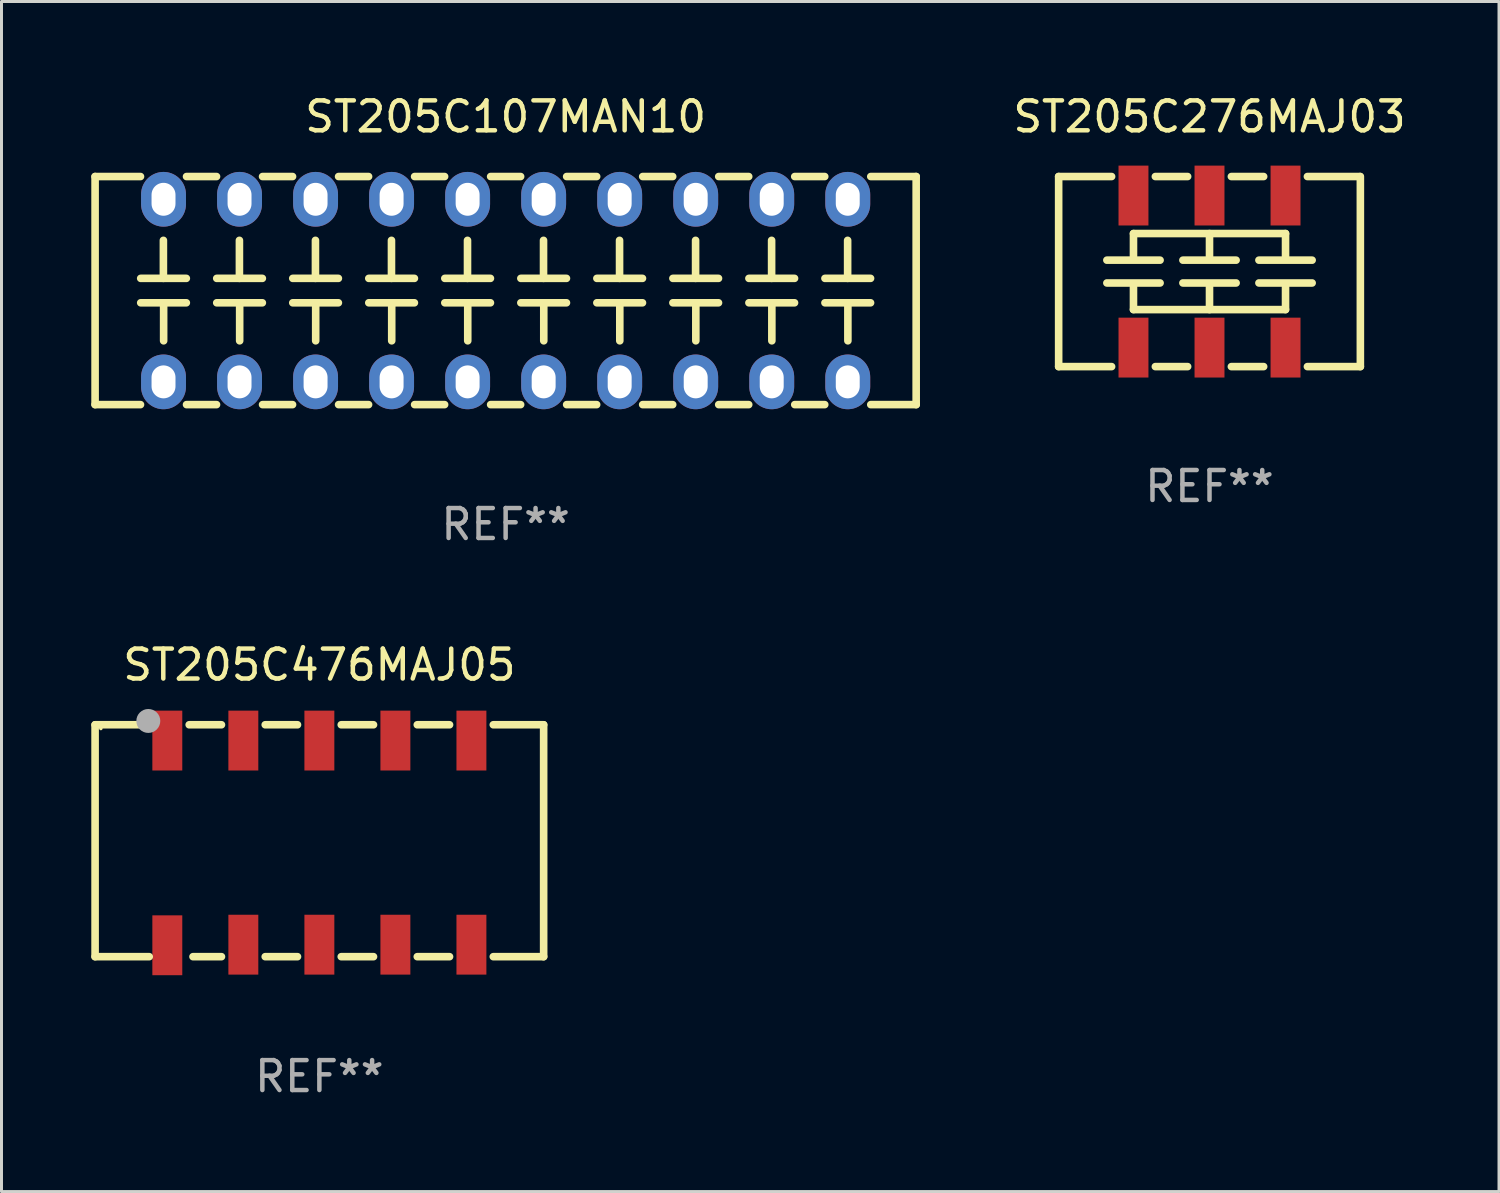
<source format=kicad_pcb>
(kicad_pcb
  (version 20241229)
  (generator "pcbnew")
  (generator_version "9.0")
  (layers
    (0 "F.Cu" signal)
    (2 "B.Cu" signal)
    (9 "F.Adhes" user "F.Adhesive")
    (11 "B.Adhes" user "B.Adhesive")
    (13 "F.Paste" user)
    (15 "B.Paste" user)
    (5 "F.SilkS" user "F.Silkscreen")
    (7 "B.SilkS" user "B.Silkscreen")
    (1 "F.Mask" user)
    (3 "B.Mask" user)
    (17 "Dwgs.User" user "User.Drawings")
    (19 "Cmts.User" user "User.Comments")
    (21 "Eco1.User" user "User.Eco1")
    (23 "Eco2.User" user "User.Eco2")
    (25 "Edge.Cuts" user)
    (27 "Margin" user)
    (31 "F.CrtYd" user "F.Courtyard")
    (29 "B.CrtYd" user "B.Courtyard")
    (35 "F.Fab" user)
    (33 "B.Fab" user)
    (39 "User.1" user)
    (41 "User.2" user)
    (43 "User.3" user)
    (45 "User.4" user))
  (footprint "ST205C107MAN10"
    (layer "F.Cu")
    (at 13.843 6.658)
    (property "Reference" "ST205C107MAN10" (at 0 -5.81 0) (layer "F.SilkS") (effects (font (size 1 1) (thickness 0.15))))
    (attr through_hole)
    (fp_line (start -13.716 -3.81) (end -13.716 3.81) (stroke (width 0.254) (type solid)) (layer "F.SilkS"))
    (fp_line (start -13.716 3.81) (end -12.199 3.81) (stroke (width 0.254) (type solid)) (layer "F.SilkS"))
    (fp_line (start -12.199 -3.81) (end -13.716 -3.81) (stroke (width 0.254) (type solid)) (layer "F.SilkS"))
    (fp_line (start -12.192 -0.408) (end -10.668 -0.408) (stroke (width 0.254) (type solid)) (layer "F.SilkS"))
    (fp_line (start -12.192 0.408) (end -10.668 0.408) (stroke (width 0.254) (type solid)) (layer "F.SilkS"))
    (fp_line (start -11.434 -0.408) (end -11.434 -1.678) (stroke (width 0.254) (type solid)) (layer "F.SilkS"))
    (fp_line (start -11.426 0.408) (end -11.426 1.678) (stroke (width 0.254) (type solid)) (layer "F.SilkS"))
    (fp_line (start -10.661 3.81) (end -9.659 3.81) (stroke (width 0.254) (type solid)) (layer "F.SilkS"))
    (fp_line (start -9.659 -3.81) (end -10.661 -3.81) (stroke (width 0.254) (type solid)) (layer "F.SilkS"))
    (fp_line (start -9.652 -0.408) (end -8.128 -0.408) (stroke (width 0.254) (type solid)) (layer "F.SilkS"))
    (fp_line (start -9.652 0.408) (end -8.128 0.408) (stroke (width 0.254) (type solid)) (layer "F.SilkS"))
    (fp_line (start -8.894 -0.408) (end -8.894 -1.678) (stroke (width 0.254) (type solid)) (layer "F.SilkS"))
    (fp_line (start -8.886 0.408) (end -8.886 1.678) (stroke (width 0.254) (type solid)) (layer "F.SilkS"))
    (fp_line (start -8.121 3.81) (end -7.119 3.81) (stroke (width 0.254) (type solid)) (layer "F.SilkS"))
    (fp_line (start -7.119 -3.81) (end -8.121 -3.81) (stroke (width 0.254) (type solid)) (layer "F.SilkS"))
    (fp_line (start -7.112 -0.408) (end -5.588 -0.408) (stroke (width 0.254) (type solid)) (layer "F.SilkS"))
    (fp_line (start -7.112 0.408) (end -5.588 0.408) (stroke (width 0.254) (type solid)) (layer "F.SilkS"))
    (fp_line (start -6.354 -0.408) (end -6.354 -1.678) (stroke (width 0.254) (type solid)) (layer "F.SilkS"))
    (fp_line (start -6.346 0.408) (end -6.346 1.678) (stroke (width 0.254) (type solid)) (layer "F.SilkS"))
    (fp_line (start -5.581 3.81) (end -4.579 3.81) (stroke (width 0.254) (type solid)) (layer "F.SilkS"))
    (fp_line (start -4.579 -3.81) (end -5.581 -3.81) (stroke (width 0.254) (type solid)) (layer "F.SilkS"))
    (fp_line (start -4.572 -0.408) (end -3.048 -0.408) (stroke (width 0.254) (type solid)) (layer "F.SilkS"))
    (fp_line (start -4.572 0.408) (end -3.048 0.408) (stroke (width 0.254) (type solid)) (layer "F.SilkS"))
    (fp_line (start -3.814 -0.408) (end -3.814 -1.678) (stroke (width 0.254) (type solid)) (layer "F.SilkS"))
    (fp_line (start -3.806 0.408) (end -3.806 1.678) (stroke (width 0.254) (type solid)) (layer "F.SilkS"))
    (fp_line (start -3.041 3.81) (end -2.039 3.81) (stroke (width 0.254) (type solid)) (layer "F.SilkS"))
    (fp_line (start -2.039 -3.81) (end -3.041 -3.81) (stroke (width 0.254) (type solid)) (layer "F.SilkS"))
    (fp_line (start -2.032 -0.408) (end -0.508 -0.408) (stroke (width 0.254) (type solid)) (layer "F.SilkS"))
    (fp_line (start -2.032 0.408) (end -0.508 0.408) (stroke (width 0.254) (type solid)) (layer "F.SilkS"))
    (fp_line (start -1.274 -0.408) (end -1.274 -1.678) (stroke (width 0.254) (type solid)) (layer "F.SilkS"))
    (fp_line (start -1.266 0.408) (end -1.266 1.678) (stroke (width 0.254) (type solid)) (layer "F.SilkS"))
    (fp_line (start -0.501 3.81) (end 0.501 3.81) (stroke (width 0.254) (type solid)) (layer "F.SilkS"))
    (fp_line (start 0.501 -3.81) (end -0.501 -3.81) (stroke (width 0.254) (type solid)) (layer "F.SilkS"))
    (fp_line (start 0.508 -0.408) (end 2.032 -0.408) (stroke (width 0.254) (type solid)) (layer "F.SilkS"))
    (fp_line (start 0.508 0.408) (end 2.032 0.408) (stroke (width 0.254) (type solid)) (layer "F.SilkS"))
    (fp_line (start 1.266 -0.408) (end 1.266 -1.678) (stroke (width 0.254) (type solid)) (layer "F.SilkS"))
    (fp_line (start 1.274 0.408) (end 1.274 1.678) (stroke (width 0.254) (type solid)) (layer "F.SilkS"))
    (fp_line (start 2.039 3.81) (end 3.041 3.81) (stroke (width 0.254) (type solid)) (layer "F.SilkS"))
    (fp_line (start 3.041 -3.81) (end 2.039 -3.81) (stroke (width 0.254) (type solid)) (layer "F.SilkS"))
    (fp_line (start 3.048 -0.408) (end 4.572 -0.408) (stroke (width 0.254) (type solid)) (layer "F.SilkS"))
    (fp_line (start 3.048 0.408) (end 4.572 0.408) (stroke (width 0.254) (type solid)) (layer "F.SilkS"))
    (fp_line (start 3.806 -0.408) (end 3.806 -1.678) (stroke (width 0.254) (type solid)) (layer "F.SilkS"))
    (fp_line (start 3.814 0.408) (end 3.814 1.678) (stroke (width 0.254) (type solid)) (layer "F.SilkS"))
    (fp_line (start 4.579 3.81) (end 5.581 3.81) (stroke (width 0.254) (type solid)) (layer "F.SilkS"))
    (fp_line (start 5.581 -3.81) (end 4.579 -3.81) (stroke (width 0.254) (type solid)) (layer "F.SilkS"))
    (fp_line (start 5.588 -0.408) (end 7.112 -0.408) (stroke (width 0.254) (type solid)) (layer "F.SilkS"))
    (fp_line (start 5.588 0.408) (end 7.112 0.408) (stroke (width 0.254) (type solid)) (layer "F.SilkS"))
    (fp_line (start 6.346 -0.408) (end 6.346 -1.678) (stroke (width 0.254) (type solid)) (layer "F.SilkS"))
    (fp_line (start 6.354 0.408) (end 6.354 1.678) (stroke (width 0.254) (type solid)) (layer "F.SilkS"))
    (fp_line (start 7.119 3.81) (end 8.121 3.81) (stroke (width 0.254) (type solid)) (layer "F.SilkS"))
    (fp_line (start 8.121 -3.81) (end 7.119 -3.81) (stroke (width 0.254) (type solid)) (layer "F.SilkS"))
    (fp_line (start 8.128 -0.408) (end 9.652 -0.408) (stroke (width 0.254) (type solid)) (layer "F.SilkS"))
    (fp_line (start 8.128 0.408) (end 9.652 0.408) (stroke (width 0.254) (type solid)) (layer "F.SilkS"))
    (fp_line (start 8.886 -0.408) (end 8.886 -1.678) (stroke (width 0.254) (type solid)) (layer "F.SilkS"))
    (fp_line (start 8.894 0.408) (end 8.894 1.678) (stroke (width 0.254) (type solid)) (layer "F.SilkS"))
    (fp_line (start 9.659 3.81) (end 10.661 3.81) (stroke (width 0.254) (type solid)) (layer "F.SilkS"))
    (fp_line (start 10.661 -3.81) (end 9.659 -3.81) (stroke (width 0.254) (type solid)) (layer "F.SilkS"))
    (fp_line (start 10.668 -0.408) (end 12.192 -0.408) (stroke (width 0.254) (type solid)) (layer "F.SilkS"))
    (fp_line (start 10.668 0.408) (end 12.192 0.408) (stroke (width 0.254) (type solid)) (layer "F.SilkS"))
    (fp_line (start 11.426 -0.408) (end 11.426 -1.678) (stroke (width 0.254) (type solid)) (layer "F.SilkS"))
    (fp_line (start 11.434 0.408) (end 11.434 1.678) (stroke (width 0.254) (type solid)) (layer "F.SilkS"))
    (fp_line (start 12.199 3.81) (end 13.716 3.81) (stroke (width 0.254) (type solid)) (layer "F.SilkS"))
    (fp_line (start 13.716 -3.81) (end 12.199 -3.81) (stroke (width 0.254) (type solid)) (layer "F.SilkS"))
    (fp_line (start 13.716 3.81) (end 13.716 -3.81) (stroke (width 0.254) (type solid)) (layer "F.SilkS"))
    (fp_circle (center -13.65 3.81) (end -13.62 3.81) (stroke (width 0.06) (type solid)) (fill no) (layer "F.SilkS"))
    (fp_text user "REF**" (at 0 7.81 0) (layer "F.Fab") (effects (font (size 1 1) (thickness 0.15))))
    (pad "1" thru_hole oval (at -11.43 3.05) (size 1.5 1.828) (drill oval 0.8 1.1) (layers "*.Cu" "*.Mask"))
    (pad "2" thru_hole oval (at -8.89 3.05) (size 1.5 1.828) (drill oval 0.8 1.1) (layers "*.Cu" "*.Mask"))
    (pad "3" thru_hole oval (at -6.35 3.05) (size 1.5 1.828) (drill oval 0.8 1.1) (layers "*.Cu" "*.Mask"))
    (pad "4" thru_hole oval (at -3.81 3.05) (size 1.5 1.828) (drill oval 0.8 1.1) (layers "*.Cu" "*.Mask"))
    (pad "5" thru_hole oval (at -1.27 3.05) (size 1.5 1.828) (drill oval 0.8 1.1) (layers "*.Cu" "*.Mask"))
    (pad "6" thru_hole oval (at 1.27 3.05) (size 1.5 1.828) (drill oval 0.8 1.1) (layers "*.Cu" "*.Mask"))
    (pad "7" thru_hole oval (at 3.81 3.05) (size 1.5 1.828) (drill oval 0.8 1.1) (layers "*.Cu" "*.Mask"))
    (pad "8" thru_hole oval (at 6.35 3.05) (size 1.5 1.828) (drill oval 0.8 1.1) (layers "*.Cu" "*.Mask"))
    (pad "9" thru_hole oval (at 8.89 3.05) (size 1.5 1.828) (drill oval 0.8 1.1) (layers "*.Cu" "*.Mask"))
    (pad "10" thru_hole oval (at 11.43 3.05) (size 1.5 1.828) (drill oval 0.8 1.1) (layers "*.Cu" "*.Mask"))
    (pad "11" thru_hole oval (at 11.43 -3.05) (size 1.5 1.828) (drill oval 0.8 1.1) (layers "*.Cu" "*.Mask"))
    (pad "12" thru_hole oval (at 8.89 -3.05) (size 1.5 1.828) (drill oval 0.8 1.1) (layers "*.Cu" "*.Mask"))
    (pad "13" thru_hole oval (at 6.35 -3.05) (size 1.5 1.828) (drill oval 0.8 1.1) (layers "*.Cu" "*.Mask"))
    (pad "14" thru_hole oval (at 3.81 -3.05) (size 1.5 1.828) (drill oval 0.8 1.1) (layers "*.Cu" "*.Mask"))
    (pad "15" thru_hole oval (at 1.27 -3.05) (size 1.5 1.828) (drill oval 0.8 1.1) (layers "*.Cu" "*.Mask"))
    (pad "16" thru_hole oval (at -1.27 -3.05) (size 1.5 1.828) (drill oval 0.8 1.1) (layers "*.Cu" "*.Mask"))
    (pad "17" thru_hole oval (at -3.81 -3.05) (size 1.5 1.828) (drill oval 0.8 1.1) (layers "*.Cu" "*.Mask"))
    (pad "18" thru_hole oval (at -6.35 -3.05) (size 1.5 1.828) (drill oval 0.8 1.1) (layers "*.Cu" "*.Mask"))
    (pad "19" thru_hole oval (at -8.89 -3.05) (size 1.5 1.828) (drill oval 0.8 1.1) (layers "*.Cu" "*.Mask"))
    (pad "20" thru_hole oval (at -11.43 -3.05) (size 1.5 1.828) (drill oval 0.8 1.1) (layers "*.Cu" "*.Mask")))
  (footprint "ST205C276MAJ03"
    (layer "F.Cu")
    (at 37.359 6.023)
    (property "Reference" "ST205C276MAJ03" (at 0 -5.175 0) (layer "F.SilkS") (effects (font (size 1 1) (thickness 0.15))))
    (attr through_hole)
    (fp_line (start -5.04 -3.175) (end -3.271 -3.175) (stroke (width 0.254) (type solid)) (layer "F.SilkS"))
    (fp_line (start -5.04 3.175) (end -5.04 -3.175) (stroke (width 0.254) (type solid)) (layer "F.SilkS"))
    (fp_line (start -3.429 -0.381) (end -1.651 -0.381) (stroke (width 0.254) (type solid)) (layer "F.SilkS"))
    (fp_line (start -3.429 0.381) (end -1.651 0.381) (stroke (width 0.254) (type solid)) (layer "F.SilkS"))
    (fp_line (start -3.271 3.175) (end -5.04 3.175) (stroke (width 0.254) (type solid)) (layer "F.SilkS"))
    (fp_line (start -2.54 -1.27) (end -2.54 -0.508) (stroke (width 0.254) (type solid)) (layer "F.SilkS"))
    (fp_line (start -2.54 -1.27) (end 2.54 -1.27) (stroke (width 0.254) (type solid)) (layer "F.SilkS"))
    (fp_line (start -2.54 1.27) (end -2.54 0.508) (stroke (width 0.254) (type solid)) (layer "F.SilkS"))
    (fp_line (start -2.54 1.27) (end 2.54 1.27) (stroke (width 0.254) (type solid)) (layer "F.SilkS"))
    (fp_line (start -1.809 -3.175) (end -0.731 -3.175) (stroke (width 0.254) (type solid)) (layer "F.SilkS"))
    (fp_line (start -0.889 -0.381) (end 0.889 -0.381) (stroke (width 0.254) (type solid)) (layer "F.SilkS"))
    (fp_line (start -0.889 0.381) (end 0.889 0.381) (stroke (width 0.254) (type solid)) (layer "F.SilkS"))
    (fp_line (start -0.731 3.175) (end -1.809 3.175) (stroke (width 0.254) (type solid)) (layer "F.SilkS"))
    (fp_line (start 0 -1.27) (end 0 -0.508) (stroke (width 0.254) (type solid)) (layer "F.SilkS"))
    (fp_line (start 0 1.27) (end 0 0.508) (stroke (width 0.254) (type solid)) (layer "F.SilkS"))
    (fp_line (start 0.731 -3.175) (end 1.809 -3.175) (stroke (width 0.254) (type solid)) (layer "F.SilkS"))
    (fp_line (start 1.651 -0.381) (end 3.429 -0.381) (stroke (width 0.254) (type solid)) (layer "F.SilkS"))
    (fp_line (start 1.651 0.381) (end 3.429 0.381) (stroke (width 0.254) (type solid)) (layer "F.SilkS"))
    (fp_line (start 1.809 3.175) (end 0.731 3.175) (stroke (width 0.254) (type solid)) (layer "F.SilkS"))
    (fp_line (start 2.54 -1.27) (end 2.54 -0.508) (stroke (width 0.254) (type solid)) (layer "F.SilkS"))
    (fp_line (start 2.54 1.27) (end 2.54 0.508) (stroke (width 0.254) (type solid)) (layer "F.SilkS"))
    (fp_line (start 3.271 -3.175) (end 5.025 -3.175) (stroke (width 0.254) (type solid)) (layer "F.SilkS"))
    (fp_line (start 5.04 -3.175) (end 5.04 3.175) (stroke (width 0.254) (type solid)) (layer "F.SilkS"))
    (fp_line (start 5.04 3.175) (end 3.271 3.175) (stroke (width 0.254) (type solid)) (layer "F.SilkS"))
    (fp_circle (center -5.04 3.175) (end -5.01 3.175) (stroke (width 0.06) (type solid)) (fill no) (layer "F.SilkS"))
    (fp_text user "REF**" (at 0 7.175 0) (layer "F.Fab") (effects (font (size 1 1) (thickness 0.15))))
    (pad "1" smd rect (at -2.54 2.54) (size 1 2) (layers "F.Cu" "F.Mask" "F.Paste"))
    (pad "2" smd rect (at -2.54 -2.54) (size 1 2) (layers "F.Cu" "F.Mask" "F.Paste"))
    (pad "3" smd rect (at 0 2.54) (size 1 2) (layers "F.Cu" "F.Mask" "F.Paste"))
    (pad "4" smd rect (at 0 -2.54) (size 1 2) (layers "F.Cu" "F.Mask" "F.Paste"))
    (pad "5" smd rect (at 2.54 2.54) (size 1 2) (layers "F.Cu" "F.Mask" "F.Paste"))
    (pad "6" smd rect (at 2.54 -2.54) (size 1 2) (layers "F.Cu" "F.Mask" "F.Paste")))
  (footprint "ST205C476MAJ05"
    (layer "F.Cu")
    (at 7.62 25.038)
    (property "Reference" "ST205C476MAJ05" (at 0 -5.874 0) (layer "F.SilkS") (effects (font (size 1 1) (thickness 0.15))))
    (attr through_hole)
    (fp_line (start -7.493 -3.874) (end -5.811 -3.874) (stroke (width 0.254) (type solid)) (layer "F.SilkS"))
    (fp_line (start -7.493 3.874) (end -7.493 -3.874) (stroke (width 0.254) (type solid)) (layer "F.SilkS"))
    (fp_line (start -5.684 3.874) (end -7.493 3.874) (stroke (width 0.254) (type solid)) (layer "F.SilkS"))
    (fp_line (start -4.349 -3.874) (end -3.271 -3.874) (stroke (width 0.254) (type solid)) (layer "F.SilkS"))
    (fp_line (start -3.271 3.874) (end -4.222 3.874) (stroke (width 0.254) (type solid)) (layer "F.SilkS"))
    (fp_line (start -1.809 -3.874) (end -0.731 -3.874) (stroke (width 0.254) (type solid)) (layer "F.SilkS"))
    (fp_line (start -0.731 3.874) (end -1.809 3.874) (stroke (width 0.254) (type solid)) (layer "F.SilkS"))
    (fp_line (start 0.731 -3.874) (end 1.809 -3.874) (stroke (width 0.254) (type solid)) (layer "F.SilkS"))
    (fp_line (start 1.809 3.874) (end 0.731 3.874) (stroke (width 0.254) (type solid)) (layer "F.SilkS"))
    (fp_line (start 3.271 -3.874) (end 4.349 -3.874) (stroke (width 0.254) (type solid)) (layer "F.SilkS"))
    (fp_line (start 4.349 3.874) (end 3.271 3.874) (stroke (width 0.254) (type solid)) (layer "F.SilkS"))
    (fp_line (start 5.811 -3.874) (end 7.493 -3.874) (stroke (width 0.254) (type solid)) (layer "F.SilkS"))
    (fp_line (start 7.493 -3.874) (end 7.493 3.874) (stroke (width 0.254) (type solid)) (layer "F.SilkS"))
    (fp_line (start 7.493 3.874) (end 5.811 3.874) (stroke (width 0.254) (type solid)) (layer "F.SilkS"))
    (fp_circle (center -7.3 -3.747) (end -7.27 -3.747) (stroke (width 0.06) (type solid)) (fill no) (layer "F.SilkS"))
    (fp_circle (center -5.715 -4.001) (end -5.515 -4.001) (stroke (width 0.4) (type solid)) (fill no) (layer "F.Fab"))
    (fp_text user "REF**" (at 0 7.874 0) (layer "F.Fab") (effects (font (size 1 1) (thickness 0.15))))
    (pad "1" smd rect (at -5.08 -3.346 180) (size 1 2) (layers "F.Cu" "F.Mask" "F.Paste"))
    (pad "2" smd rect (at -2.54 -3.346 180) (size 1 2) (layers "F.Cu" "F.Mask" "F.Paste"))
    (pad "3" smd rect (at 0 -3.346 180) (size 1 2) (layers "F.Cu" "F.Mask" "F.Paste"))
    (pad "4" smd rect (at 2.54 -3.346) (size 1 2) (layers "F.Cu" "F.Mask" "F.Paste"))
    (pad "5" smd rect (at 5.08 -3.346) (size 1 2) (layers "F.Cu" "F.Mask" "F.Paste"))
    (pad "6" smd rect (at 5.08 3.473) (size 1 2) (layers "F.Cu" "F.Mask" "F.Paste"))
    (pad "7" smd rect (at 2.54 3.473) (size 1 2) (layers "F.Cu" "F.Mask" "F.Paste"))
    (pad "8" smd rect (at 0 3.473) (size 1 2) (layers "F.Cu" "F.Mask" "F.Paste"))
    (pad "9" smd rect (at -2.54 3.473 180) (size 1 2) (layers "F.Cu" "F.Mask" "F.Paste"))
    (pad "10" smd rect (at -5.08 3.493 180) (size 1 2) (layers "F.Cu" "F.Mask" "F.Paste")))
  (gr_rect
    (start -3 -3)
    (end 47.031 36.76)
    (stroke (width 0.1) (type default))
    (fill no)
    (layer "Edge.Cuts")))
</source>
